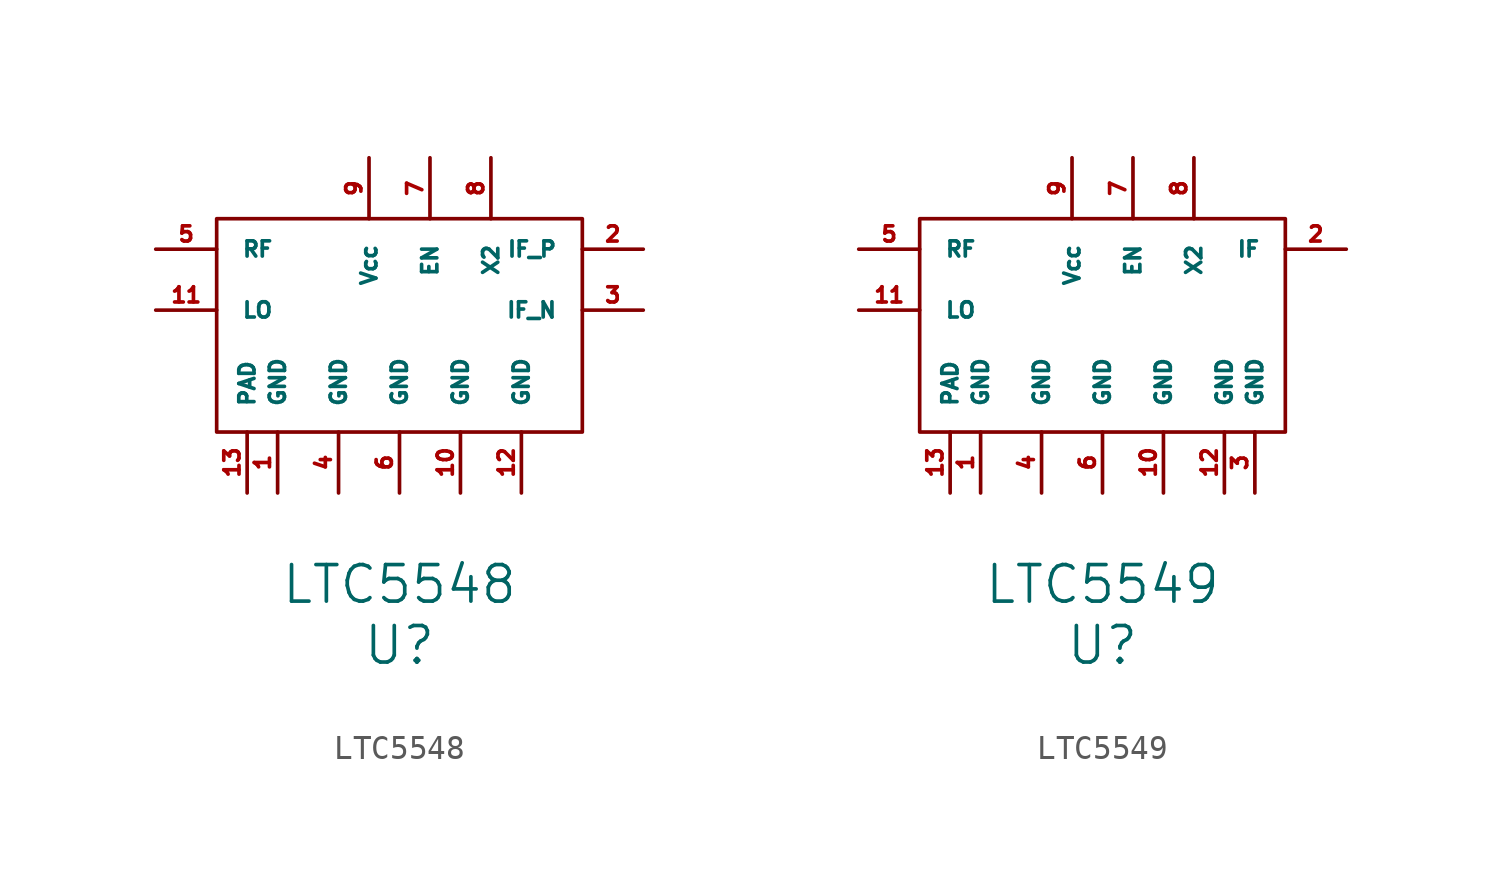
<source format=kicad_sym>
(kicad_symbol_lib
  (version 20241209)
  (generator "kicad_symbol_editor")
  (generator_version "9.0")
  (symbol "LTC5548"
    (pin_names
      (offset 1.016))
    (property "Reference" "U"
      (at 0 -16.51 0)
      (effects (font (size 1.524 1.524))))
    (property "Value" "LTC5548"
      (at 0 -13.97 0)
      (effects (font (size 1.524 1.524))))
    (symbol "LTC5548_0_1"
      (rectangle (start -7.62 1.27) (end 7.62 -7.62) (stroke (width 0) (type solid)) (fill (type none))))
    (symbol "LTC5548_1_1"
      (pin bidirectional line (at -10.16 0 0) (length 2.54) (name "RF" (effects (font (size 0.635 0.635)))) (number "5" (effects (font (size 0.635 0.635)))))
      (pin input line (at -10.16 -2.54 0) (length 2.54) (name "LO" (effects (font (size 0.635 0.635)))) (number "11" (effects (font (size 0.635 0.635)))))
      (pin power_in line (at -6.35 -10.16 90) (length 2.54) (name "PAD" (effects (font (size 0.635 0.635)))) (number "13" (effects (font (size 0.635 0.635)))))
      (pin power_in line (at -5.08 -10.16 90) (length 2.54) (name "GND" (effects (font (size 0.635 0.635)))) (number "1" (effects (font (size 0.635 0.635)))))
      (pin power_in line (at -2.54 -10.16 90) (length 2.54) (name "GND" (effects (font (size 0.635 0.635)))) (number "4" (effects (font (size 0.635 0.635)))))
      (pin power_in line (at -1.27 3.81 270) (length 2.54) (name "Vcc" (effects (font (size 0.635 0.635)))) (number "9" (effects (font (size 0.635 0.635)))))
      (pin power_in line (at 0 -10.16 90) (length 2.54) (name "GND" (effects (font (size 0.635 0.635)))) (number "6" (effects (font (size 0.635 0.635)))))
      (pin input line (at 1.27 3.81 270) (length 2.54) (name "EN" (effects (font (size 0.635 0.635)))) (number "7" (effects (font (size 0.635 0.635)))))
      (pin power_in line (at 2.54 -10.16 90) (length 2.54) (name "GND" (effects (font (size 0.635 0.635)))) (number "10" (effects (font (size 0.635 0.635)))))
      (pin input line (at 3.81 3.81 270) (length 2.54) (name "X2" (effects (font (size 0.635 0.635)))) (number "8" (effects (font (size 0.635 0.635)))))
      (pin power_in line (at 5.08 -10.16 90) (length 2.54) (name "GND" (effects (font (size 0.635 0.635)))) (number "12" (effects (font (size 0.635 0.635)))))
      (pin bidirectional line (at 10.16 0 180) (length 2.54) (name "IF_P" (effects (font (size 0.635 0.635)))) (number "2" (effects (font (size 0.635 0.635)))))
      (pin bidirectional line (at 10.16 -2.54 180) (length 2.54) (name "IF_N" (effects (font (size 0.635 0.635)))) (number "3" (effects (font (size 0.635 0.635)))))))
  (symbol "LTC5549"
    (pin_names
      (offset 1.016))
    (property "Reference" "U"
      (at 0 -16.51 0)
      (effects (font (size 1.524 1.524))))
    (property "Value" "LTC5549"
      (at 0 -13.97 0)
      (effects (font (size 1.524 1.524))))
    (symbol "LTC5549_0_1"
      (rectangle (start -7.62 1.27) (end 7.62 -7.62) (stroke (width 0) (type solid)) (fill (type none))))
    (symbol "LTC5549_1_1"
      (pin bidirectional line (at -10.16 0 0) (length 2.54) (name "RF" (effects (font (size 0.635 0.635)))) (number "5" (effects (font (size 0.635 0.635)))))
      (pin input line (at -10.16 -2.54 0) (length 2.54) (name "LO" (effects (font (size 0.635 0.635)))) (number "11" (effects (font (size 0.635 0.635)))))
      (pin power_in line (at -6.35 -10.16 90) (length 2.54) (name "PAD" (effects (font (size 0.635 0.635)))) (number "13" (effects (font (size 0.635 0.635)))))
      (pin power_in line (at -5.08 -10.16 90) (length 2.54) (name "GND" (effects (font (size 0.635 0.635)))) (number "1" (effects (font (size 0.635 0.635)))))
      (pin power_in line (at -2.54 -10.16 90) (length 2.54) (name "GND" (effects (font (size 0.635 0.635)))) (number "4" (effects (font (size 0.635 0.635)))))
      (pin power_in line (at -1.27 3.81 270) (length 2.54) (name "Vcc" (effects (font (size 0.635 0.635)))) (number "9" (effects (font (size 0.635 0.635)))))
      (pin power_in line (at 0 -10.16 90) (length 2.54) (name "GND" (effects (font (size 0.635 0.635)))) (number "6" (effects (font (size 0.635 0.635)))))
      (pin input line (at 1.27 3.81 270) (length 2.54) (name "EN" (effects (font (size 0.635 0.635)))) (number "7" (effects (font (size 0.635 0.635)))))
      (pin power_in line (at 2.54 -10.16 90) (length 2.54) (name "GND" (effects (font (size 0.635 0.635)))) (number "10" (effects (font (size 0.635 0.635)))))
      (pin input line (at 3.81 3.81 270) (length 2.54) (name "X2" (effects (font (size 0.635 0.635)))) (number "8" (effects (font (size 0.635 0.635)))))
      (pin power_in line (at 5.08 -10.16 90) (length 2.54) (name "GND" (effects (font (size 0.635 0.635)))) (number "12" (effects (font (size 0.635 0.635)))))
      (pin power_in line (at 6.35 -10.16 90) (length 2.54) (name "GND" (effects (font (size 0.635 0.635)))) (number "3" (effects (font (size 0.635 0.635)))))
      (pin bidirectional line (at 10.16 0 180) (length 2.54) (name "IF" (effects (font (size 0.635 0.635)))) (number "2" (effects (font (size 0.635 0.635))))))))
</source>
